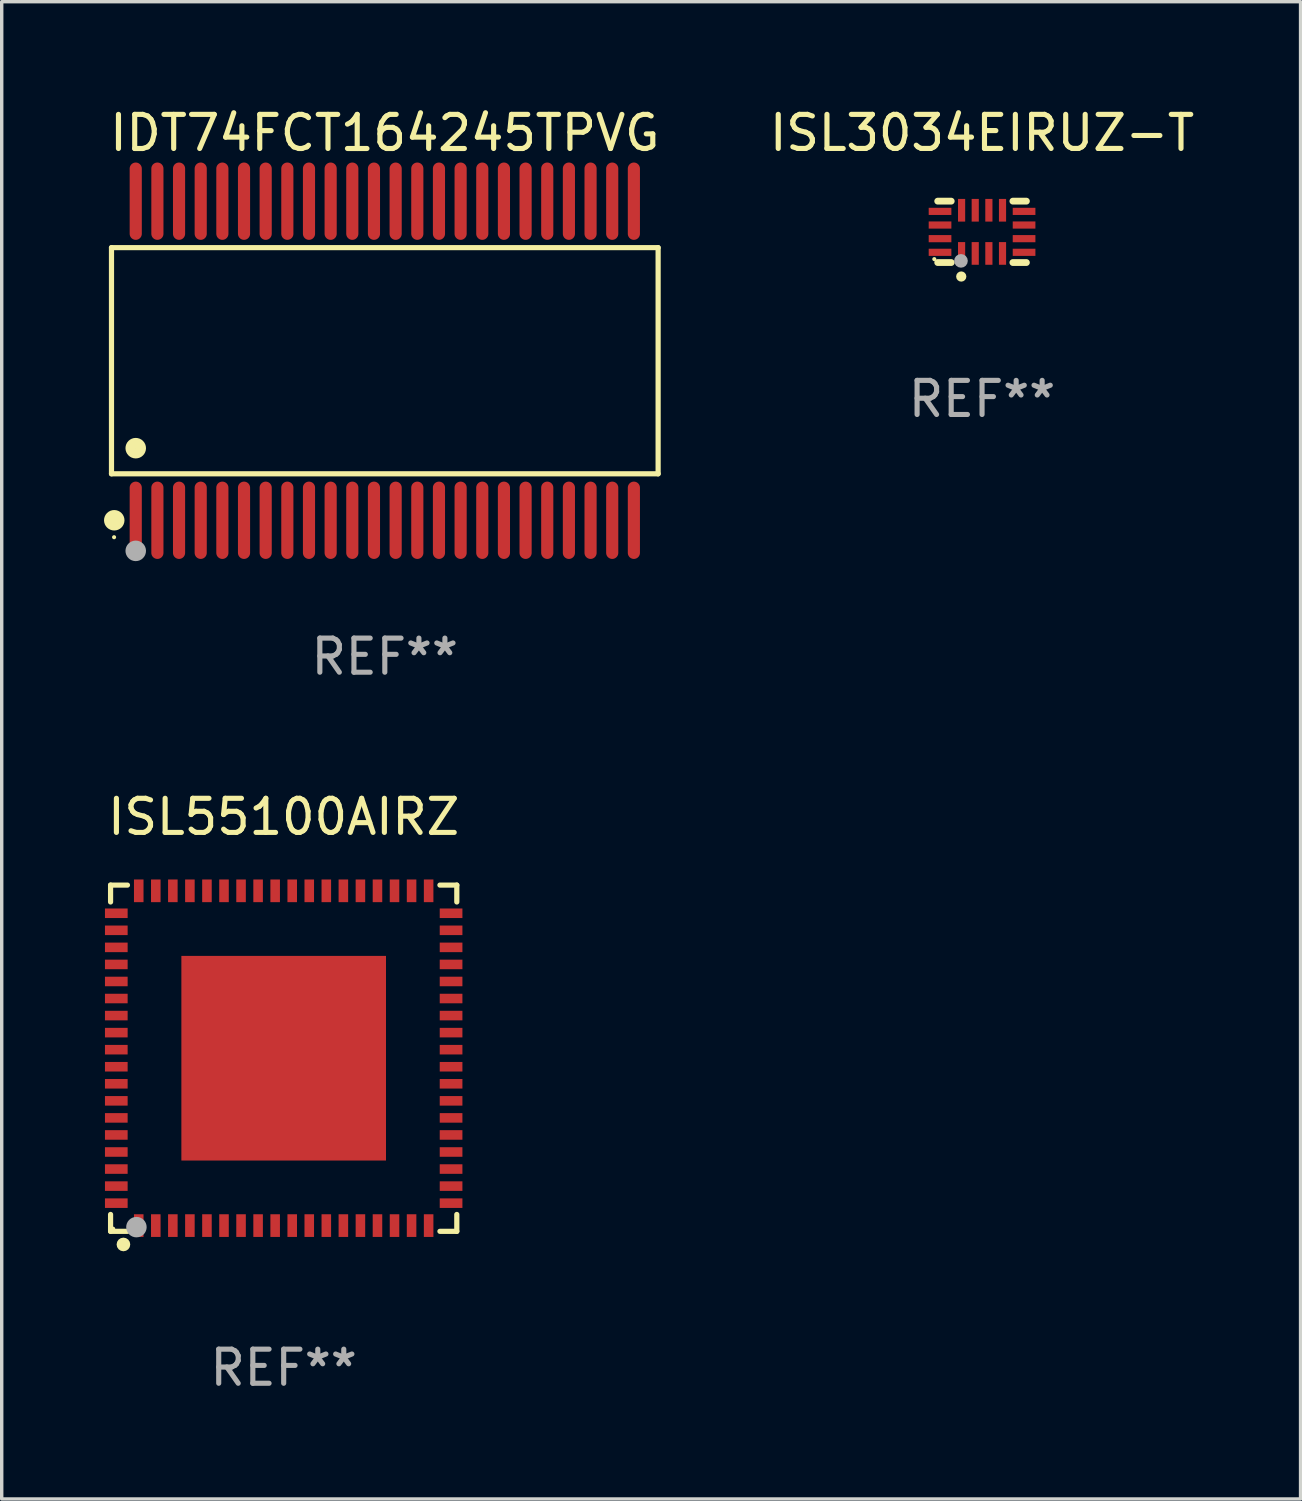
<source format=kicad_pcb>
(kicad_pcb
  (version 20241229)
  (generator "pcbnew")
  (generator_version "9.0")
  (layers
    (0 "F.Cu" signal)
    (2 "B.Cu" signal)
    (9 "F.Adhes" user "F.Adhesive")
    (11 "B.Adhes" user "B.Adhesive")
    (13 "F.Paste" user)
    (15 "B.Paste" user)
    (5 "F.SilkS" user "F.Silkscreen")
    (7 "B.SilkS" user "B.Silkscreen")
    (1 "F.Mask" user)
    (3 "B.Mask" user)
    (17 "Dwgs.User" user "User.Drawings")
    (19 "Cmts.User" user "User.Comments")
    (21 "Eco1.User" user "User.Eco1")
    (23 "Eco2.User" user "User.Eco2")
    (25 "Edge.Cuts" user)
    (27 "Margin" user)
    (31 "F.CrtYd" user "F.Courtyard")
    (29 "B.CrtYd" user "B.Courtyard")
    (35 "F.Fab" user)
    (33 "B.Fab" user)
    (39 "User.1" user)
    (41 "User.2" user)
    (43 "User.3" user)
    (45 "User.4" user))
  (footprint "ISL55100AIRZ"
    (layer "F.Cu")
    (at 5.268 27.978)
    (property "Reference" "ISL55100AIRZ" (at 0 -7.076 0) (layer "F.SilkS") (effects (font (size 1 1) (thickness 0.15))))
    (attr through_hole)
    (fp_line (start -5.076 -5.076) (end -4.581 -5.076) (stroke (width 0.152) (type solid)) (layer "F.SilkS"))
    (fp_line (start -5.076 -4.581) (end -5.076 -5.076) (stroke (width 0.152) (type solid)) (layer "F.SilkS"))
    (fp_line (start -5.076 4.581) (end -5.076 5.076) (stroke (width 0.152) (type solid)) (layer "F.SilkS"))
    (fp_line (start -5.076 5.076) (end -4.581 5.076) (stroke (width 0.152) (type solid)) (layer "F.SilkS"))
    (fp_line (start 5.076 -5.076) (end 4.581 -5.076) (stroke (width 0.152) (type solid)) (layer "F.SilkS"))
    (fp_line (start 5.076 -4.581) (end 5.076 -5.076) (stroke (width 0.152) (type solid)) (layer "F.SilkS"))
    (fp_line (start 5.076 4.581) (end 5.076 5.076) (stroke (width 0.152) (type solid)) (layer "F.SilkS"))
    (fp_line (start 5.076 5.076) (end 4.581 5.076) (stroke (width 0.152) (type solid)) (layer "F.SilkS"))
    (fp_circle (center -5 5) (end -4.97 5) (stroke (width 0.06) (type solid)) (fill no) (layer "F.SilkS"))
    (fp_circle (center -4.699 5.461) (end -4.599 5.461) (stroke (width 0.2) (type solid)) (fill no) (layer "F.SilkS"))
    (fp_circle (center -4.318 4.953) (end -4.168 4.953) (stroke (width 0.3) (type solid)) (fill no) (layer "F.Fab"))
    (fp_text user "REF**" (at 0 9.076 0) (layer "F.Fab") (effects (font (size 1 1) (thickness 0.15))))
    (pad "1" smd rect (at -4.25 4.908) (size 0.28 0.665) (layers "F.Cu" "F.Mask" "F.Paste"))
    (pad "2" smd rect (at -3.75 4.908) (size 0.28 0.665) (layers "F.Cu" "F.Mask" "F.Paste"))
    (pad "3" smd rect (at -3.25 4.908) (size 0.28 0.665) (layers "F.Cu" "F.Mask" "F.Paste"))
    (pad "4" smd rect (at -2.75 4.908) (size 0.28 0.665) (layers "F.Cu" "F.Mask" "F.Paste"))
    (pad "5" smd rect (at -2.25 4.908) (size 0.28 0.665) (layers "F.Cu" "F.Mask" "F.Paste"))
    (pad "6" smd rect (at -1.75 4.908) (size 0.28 0.665) (layers "F.Cu" "F.Mask" "F.Paste"))
    (pad "7" smd rect (at -1.25 4.908) (size 0.28 0.665) (layers "F.Cu" "F.Mask" "F.Paste"))
    (pad "8" smd rect (at -0.75 4.908) (size 0.28 0.665) (layers "F.Cu" "F.Mask" "F.Paste"))
    (pad "9" smd rect (at -0.25 4.908) (size 0.28 0.665) (layers "F.Cu" "F.Mask" "F.Paste"))
    (pad "10" smd rect (at 0.25 4.908) (size 0.28 0.665) (layers "F.Cu" "F.Mask" "F.Paste"))
    (pad "11" smd rect (at 0.75 4.908) (size 0.28 0.665) (layers "F.Cu" "F.Mask" "F.Paste"))
    (pad "12" smd rect (at 1.25 4.908) (size 0.28 0.665) (layers "F.Cu" "F.Mask" "F.Paste"))
    (pad "13" smd rect (at 1.75 4.908) (size 0.28 0.665) (layers "F.Cu" "F.Mask" "F.Paste"))
    (pad "14" smd rect (at 2.25 4.908) (size 0.28 0.665) (layers "F.Cu" "F.Mask" "F.Paste"))
    (pad "15" smd rect (at 2.75 4.908) (size 0.28 0.665) (layers "F.Cu" "F.Mask" "F.Paste"))
    (pad "16" smd rect (at 3.25 4.908) (size 0.28 0.665) (layers "F.Cu" "F.Mask" "F.Paste"))
    (pad "17" smd rect (at 3.75 4.908) (size 0.28 0.665) (layers "F.Cu" "F.Mask" "F.Paste"))
    (pad "18" smd rect (at 4.25 4.908) (size 0.28 0.665) (layers "F.Cu" "F.Mask" "F.Paste"))
    (pad "19" smd rect (at 4.908 4.25) (size 0.665 0.28) (layers "F.Cu" "F.Mask" "F.Paste"))
    (pad "20" smd rect (at 4.908 3.75) (size 0.665 0.28) (layers "F.Cu" "F.Mask" "F.Paste"))
    (pad "21" smd rect (at 4.908 3.25) (size 0.665 0.28) (layers "F.Cu" "F.Mask" "F.Paste"))
    (pad "22" smd rect (at 4.908 2.75) (size 0.665 0.28) (layers "F.Cu" "F.Mask" "F.Paste"))
    (pad "23" smd rect (at 4.908 2.25) (size 0.665 0.28) (layers "F.Cu" "F.Mask" "F.Paste"))
    (pad "24" smd rect (at 4.908 1.75) (size 0.665 0.28) (layers "F.Cu" "F.Mask" "F.Paste"))
    (pad "25" smd rect (at 4.908 1.25) (size 0.665 0.28) (layers "F.Cu" "F.Mask" "F.Paste"))
    (pad "26" smd rect (at 4.908 0.75) (size 0.665 0.28) (layers "F.Cu" "F.Mask" "F.Paste"))
    (pad "27" smd rect (at 4.908 0.25) (size 0.665 0.28) (layers "F.Cu" "F.Mask" "F.Paste"))
    (pad "28" smd rect (at 4.908 -0.25) (size 0.665 0.28) (layers "F.Cu" "F.Mask" "F.Paste"))
    (pad "29" smd rect (at 4.908 -0.75) (size 0.665 0.28) (layers "F.Cu" "F.Mask" "F.Paste"))
    (pad "30" smd rect (at 4.908 -1.25) (size 0.665 0.28) (layers "F.Cu" "F.Mask" "F.Paste"))
    (pad "31" smd rect (at 4.908 -1.75) (size 0.665 0.28) (layers "F.Cu" "F.Mask" "F.Paste"))
    (pad "32" smd rect (at 4.908 -2.25) (size 0.665 0.28) (layers "F.Cu" "F.Mask" "F.Paste"))
    (pad "33" smd rect (at 4.908 -2.75) (size 0.665 0.28) (layers "F.Cu" "F.Mask" "F.Paste"))
    (pad "34" smd rect (at 4.908 -3.25) (size 0.665 0.28) (layers "F.Cu" "F.Mask" "F.Paste"))
    (pad "35" smd rect (at 4.908 -3.75) (size 0.665 0.28) (layers "F.Cu" "F.Mask" "F.Paste"))
    (pad "36" smd rect (at 4.908 -4.25) (size 0.665 0.28) (layers "F.Cu" "F.Mask" "F.Paste"))
    (pad "37" smd rect (at 4.25 -4.908) (size 0.28 0.665) (layers "F.Cu" "F.Mask" "F.Paste"))
    (pad "38" smd rect (at 3.75 -4.908) (size 0.28 0.665) (layers "F.Cu" "F.Mask" "F.Paste"))
    (pad "39" smd rect (at 3.25 -4.908) (size 0.28 0.665) (layers "F.Cu" "F.Mask" "F.Paste"))
    (pad "40" smd rect (at 2.75 -4.908) (size 0.28 0.665) (layers "F.Cu" "F.Mask" "F.Paste"))
    (pad "41" smd rect (at 2.25 -4.908) (size 0.28 0.665) (layers "F.Cu" "F.Mask" "F.Paste"))
    (pad "42" smd rect (at 1.75 -4.908) (size 0.28 0.665) (layers "F.Cu" "F.Mask" "F.Paste"))
    (pad "43" smd rect (at 1.25 -4.908) (size 0.28 0.665) (layers "F.Cu" "F.Mask" "F.Paste"))
    (pad "44" smd rect (at 0.75 -4.908) (size 0.28 0.665) (layers "F.Cu" "F.Mask" "F.Paste"))
    (pad "45" smd rect (at 0.25 -4.908) (size 0.28 0.665) (layers "F.Cu" "F.Mask" "F.Paste"))
    (pad "46" smd rect (at -0.25 -4.908) (size 0.28 0.665) (layers "F.Cu" "F.Mask" "F.Paste"))
    (pad "47" smd rect (at -0.75 -4.908) (size 0.28 0.665) (layers "F.Cu" "F.Mask" "F.Paste"))
    (pad "48" smd rect (at -1.25 -4.908) (size 0.28 0.665) (layers "F.Cu" "F.Mask" "F.Paste"))
    (pad "49" smd rect (at -1.75 -4.908) (size 0.28 0.665) (layers "F.Cu" "F.Mask" "F.Paste"))
    (pad "50" smd rect (at -2.25 -4.908) (size 0.28 0.665) (layers "F.Cu" "F.Mask" "F.Paste"))
    (pad "51" smd rect (at -2.75 -4.908) (size 0.28 0.665) (layers "F.Cu" "F.Mask" "F.Paste"))
    (pad "52" smd rect (at -3.25 -4.908) (size 0.28 0.665) (layers "F.Cu" "F.Mask" "F.Paste"))
    (pad "53" smd rect (at -3.75 -4.908) (size 0.28 0.665) (layers "F.Cu" "F.Mask" "F.Paste"))
    (pad "54" smd rect (at -4.25 -4.908) (size 0.28 0.665) (layers "F.Cu" "F.Mask" "F.Paste"))
    (pad "55" smd rect (at -4.908 -4.25) (size 0.665 0.28) (layers "F.Cu" "F.Mask" "F.Paste"))
    (pad "56" smd rect (at -4.908 -3.75) (size 0.665 0.28) (layers "F.Cu" "F.Mask" "F.Paste"))
    (pad "57" smd rect (at -4.908 -3.25) (size 0.665 0.28) (layers "F.Cu" "F.Mask" "F.Paste"))
    (pad "58" smd rect (at -4.908 -2.75) (size 0.665 0.28) (layers "F.Cu" "F.Mask" "F.Paste"))
    (pad "59" smd rect (at -4.908 -2.25) (size 0.665 0.28) (layers "F.Cu" "F.Mask" "F.Paste"))
    (pad "60" smd rect (at -4.908 -1.75) (size 0.665 0.28) (layers "F.Cu" "F.Mask" "F.Paste"))
    (pad "61" smd rect (at -4.908 -1.25) (size 0.665 0.28) (layers "F.Cu" "F.Mask" "F.Paste"))
    (pad "62" smd rect (at -4.908 -0.75) (size 0.665 0.28) (layers "F.Cu" "F.Mask" "F.Paste"))
    (pad "63" smd rect (at -4.908 -0.25) (size 0.665 0.28) (layers "F.Cu" "F.Mask" "F.Paste"))
    (pad "64" smd rect (at -4.908 0.25) (size 0.665 0.28) (layers "F.Cu" "F.Mask" "F.Paste"))
    (pad "65" smd rect (at -4.908 0.75) (size 0.665 0.28) (layers "F.Cu" "F.Mask" "F.Paste"))
    (pad "66" smd rect (at -4.908 1.25) (size 0.665 0.28) (layers "F.Cu" "F.Mask" "F.Paste"))
    (pad "67" smd rect (at -4.908 1.75) (size 0.665 0.28) (layers "F.Cu" "F.Mask" "F.Paste"))
    (pad "68" smd rect (at -4.908 2.25) (size 0.665 0.28) (layers "F.Cu" "F.Mask" "F.Paste"))
    (pad "69" smd rect (at -4.908 2.75) (size 0.665 0.28) (layers "F.Cu" "F.Mask" "F.Paste"))
    (pad "70" smd rect (at -4.908 3.25) (size 0.665 0.28) (layers "F.Cu" "F.Mask" "F.Paste"))
    (pad "71" smd rect (at -4.908 3.75) (size 0.665 0.28) (layers "F.Cu" "F.Mask" "F.Paste"))
    (pad "72" smd rect (at -4.908 4.25) (size 0.665 0.28) (layers "F.Cu" "F.Mask" "F.Paste"))
    (pad "73" smd rect (at 0 0) (size 6 6) (layers "F.Cu" "F.Mask" "F.Paste")))
  (footprint "IDT74FCT164245TPVG"
    (layer "F.Cu")
    (at 8.233 7.527)
    (property "Reference" "IDT74FCT164245TPVG" (at 0 -6.678 0) (layer "F.SilkS") (effects (font (size 1 1) (thickness 0.15))))
    (attr through_hole)
    (fp_line (start -8.014 -3.316) (end 8.014 -3.316) (stroke (width 0.152) (type solid)) (layer "F.SilkS"))
    (fp_line (start -8.014 3.316) (end -8.014 -3.316) (stroke (width 0.152) (type solid)) (layer "F.SilkS"))
    (fp_line (start 8.014 -3.316) (end 8.014 3.316) (stroke (width 0.152) (type solid)) (layer "F.SilkS"))
    (fp_line (start 8.014 3.316) (end -8.014 3.316) (stroke (width 0.152) (type solid)) (layer "F.SilkS"))
    (fp_circle (center -7.938 5.175) (end -7.908 5.175) (stroke (width 0.06) (type solid)) (fill no) (layer "F.SilkS"))
    (fp_circle (center -7.933 4.678) (end -7.783 4.678) (stroke (width 0.3) (type solid)) (fill no) (layer "F.SilkS"))
    (fp_circle (center -7.303 2.564) (end -7.152 2.564) (stroke (width 0.3) (type solid)) (fill no) (layer "F.SilkS"))
    (fp_circle (center -7.303 5.575) (end -7.152 5.575) (stroke (width 0.3) (type solid)) (fill no) (layer "F.Fab"))
    (fp_text user "REF**" (at 0 8.678 0) (layer "F.Fab") (effects (font (size 1 1) (thickness 0.15))))
    (pad "1" smd oval (at -7.303 4.678) (size 0.356 2.267) (layers "F.Cu" "F.Mask" "F.Paste"))
    (pad "2" smd oval (at -6.668 4.678) (size 0.356 2.267) (layers "F.Cu" "F.Mask" "F.Paste"))
    (pad "3" smd oval (at -6.033 4.678) (size 0.356 2.267) (layers "F.Cu" "F.Mask" "F.Paste"))
    (pad "4" smd oval (at -5.398 4.678) (size 0.356 2.267) (layers "F.Cu" "F.Mask" "F.Paste"))
    (pad "5" smd oval (at -4.763 4.678) (size 0.356 2.267) (layers "F.Cu" "F.Mask" "F.Paste"))
    (pad "6" smd oval (at -4.128 4.678) (size 0.356 2.267) (layers "F.Cu" "F.Mask" "F.Paste"))
    (pad "7" smd oval (at -3.493 4.678) (size 0.356 2.267) (layers "F.Cu" "F.Mask" "F.Paste"))
    (pad "8" smd oval (at -2.858 4.678) (size 0.356 2.267) (layers "F.Cu" "F.Mask" "F.Paste"))
    (pad "9" smd oval (at -2.223 4.678) (size 0.356 2.267) (layers "F.Cu" "F.Mask" "F.Paste"))
    (pad "10" smd oval (at -1.588 4.678) (size 0.356 2.267) (layers "F.Cu" "F.Mask" "F.Paste"))
    (pad "11" smd oval (at -0.953 4.678) (size 0.356 2.267) (layers "F.Cu" "F.Mask" "F.Paste"))
    (pad "12" smd oval (at -0.318 4.678) (size 0.356 2.267) (layers "F.Cu" "F.Mask" "F.Paste"))
    (pad "13" smd oval (at 0.318 4.678) (size 0.356 2.267) (layers "F.Cu" "F.Mask" "F.Paste"))
    (pad "14" smd oval (at 0.953 4.678) (size 0.356 2.267) (layers "F.Cu" "F.Mask" "F.Paste"))
    (pad "15" smd oval (at 1.588 4.678) (size 0.356 2.267) (layers "F.Cu" "F.Mask" "F.Paste"))
    (pad "16" smd oval (at 2.223 4.678) (size 0.356 2.267) (layers "F.Cu" "F.Mask" "F.Paste"))
    (pad "17" smd oval (at 2.858 4.678) (size 0.356 2.267) (layers "F.Cu" "F.Mask" "F.Paste"))
    (pad "18" smd oval (at 3.493 4.678) (size 0.356 2.267) (layers "F.Cu" "F.Mask" "F.Paste"))
    (pad "19" smd oval (at 4.128 4.678) (size 0.356 2.267) (layers "F.Cu" "F.Mask" "F.Paste"))
    (pad "20" smd oval (at 4.763 4.678) (size 0.356 2.267) (layers "F.Cu" "F.Mask" "F.Paste"))
    (pad "21" smd oval (at 5.398 4.678) (size 0.356 2.267) (layers "F.Cu" "F.Mask" "F.Paste"))
    (pad "22" smd oval (at 6.033 4.678) (size 0.356 2.267) (layers "F.Cu" "F.Mask" "F.Paste"))
    (pad "23" smd oval (at 6.668 4.678) (size 0.356 2.267) (layers "F.Cu" "F.Mask" "F.Paste"))
    (pad "24" smd oval (at 7.303 4.678) (size 0.356 2.267) (layers "F.Cu" "F.Mask" "F.Paste"))
    (pad "25" smd oval (at 7.303 -4.678) (size 0.356 2.267) (layers "F.Cu" "F.Mask" "F.Paste"))
    (pad "26" smd oval (at 6.668 -4.678) (size 0.356 2.267) (layers "F.Cu" "F.Mask" "F.Paste"))
    (pad "27" smd oval (at 6.033 -4.678) (size 0.356 2.267) (layers "F.Cu" "F.Mask" "F.Paste"))
    (pad "28" smd oval (at 5.398 -4.678) (size 0.356 2.267) (layers "F.Cu" "F.Mask" "F.Paste"))
    (pad "29" smd oval (at 4.763 -4.678) (size 0.356 2.267) (layers "F.Cu" "F.Mask" "F.Paste"))
    (pad "30" smd oval (at 4.128 -4.678) (size 0.356 2.267) (layers "F.Cu" "F.Mask" "F.Paste"))
    (pad "31" smd oval (at 3.493 -4.678) (size 0.356 2.267) (layers "F.Cu" "F.Mask" "F.Paste"))
    (pad "32" smd oval (at 2.858 -4.678) (size 0.356 2.267) (layers "F.Cu" "F.Mask" "F.Paste"))
    (pad "33" smd oval (at 2.223 -4.678) (size 0.356 2.267) (layers "F.Cu" "F.Mask" "F.Paste"))
    (pad "34" smd oval (at 1.588 -4.678) (size 0.356 2.267) (layers "F.Cu" "F.Mask" "F.Paste"))
    (pad "35" smd oval (at 0.953 -4.678) (size 0.356 2.267) (layers "F.Cu" "F.Mask" "F.Paste"))
    (pad "36" smd oval (at 0.318 -4.678) (size 0.356 2.267) (layers "F.Cu" "F.Mask" "F.Paste"))
    (pad "37" smd oval (at -0.318 -4.678) (size 0.356 2.267) (layers "F.Cu" "F.Mask" "F.Paste"))
    (pad "38" smd oval (at -0.953 -4.678) (size 0.356 2.267) (layers "F.Cu" "F.Mask" "F.Paste"))
    (pad "39" smd oval (at -1.588 -4.678) (size 0.356 2.267) (layers "F.Cu" "F.Mask" "F.Paste"))
    (pad "40" smd oval (at -2.223 -4.678) (size 0.356 2.267) (layers "F.Cu" "F.Mask" "F.Paste"))
    (pad "41" smd oval (at -2.858 -4.678) (size 0.356 2.267) (layers "F.Cu" "F.Mask" "F.Paste"))
    (pad "42" smd oval (at -3.493 -4.678) (size 0.356 2.267) (layers "F.Cu" "F.Mask" "F.Paste"))
    (pad "43" smd oval (at -4.128 -4.678) (size 0.356 2.267) (layers "F.Cu" "F.Mask" "F.Paste"))
    (pad "44" smd oval (at -4.763 -4.678) (size 0.356 2.267) (layers "F.Cu" "F.Mask" "F.Paste"))
    (pad "45" smd oval (at -5.398 -4.678) (size 0.356 2.267) (layers "F.Cu" "F.Mask" "F.Paste"))
    (pad "46" smd oval (at -6.033 -4.678) (size 0.356 2.267) (layers "F.Cu" "F.Mask" "F.Paste"))
    (pad "47" smd oval (at -6.668 -4.678) (size 0.356 2.267) (layers "F.Cu" "F.Mask" "F.Paste"))
    (pad "48" smd oval (at -7.303 -4.678) (size 0.356 2.267) (layers "F.Cu" "F.Mask" "F.Paste")))
  (footprint "ISL3034EIRUZ-T"
    (layer "F.Cu")
    (at 25.745 3.748)
    (property "Reference" "ISL3034EIRUZ-T" (at 0 -2.9 0) (layer "F.SilkS") (effects (font (size 1 1) (thickness 0.15))))
    (attr through_hole)
    (fp_line (start -0.904 -0.9) (end -1.3 -0.9) (stroke (width 0.2) (type solid)) (layer "F.SilkS"))
    (fp_line (start -0.904 0.9) (end -1.3 0.9) (stroke (width 0.2) (type solid)) (layer "F.SilkS"))
    (fp_line (start 1.3 -0.9) (end 0.904 -0.9) (stroke (width 0.2) (type solid)) (layer "F.SilkS"))
    (fp_line (start 1.3 0.9) (end 0.904 0.9) (stroke (width 0.2) (type solid)) (layer "F.SilkS"))
    (fp_circle (center -1.4 0.8) (end -1.37 0.8) (stroke (width 0.06) (type solid)) (fill no) (layer "F.SilkS"))
    (fp_circle (center -0.61 1.31) (end -0.535 1.31) (stroke (width 0.15) (type solid)) (fill no) (layer "F.SilkS"))
    (fp_circle (center -0.618 0.851) (end -0.518 0.851) (stroke (width 0.2) (type solid)) (fill no) (layer "F.Fab"))
    (fp_text user "REF**" (at 0 4.9 0) (layer "F.Fab") (effects (font (size 1 1) (thickness 0.15))))
    (pad "1" smd rect (at -0.6 0.633) (size 0.21 0.665) (layers "F.Cu" "F.Mask" "F.Paste"))
    (pad "2" smd rect (at -0.2 0.633) (size 0.21 0.665) (layers "F.Cu" "F.Mask" "F.Paste"))
    (pad "3" smd rect (at 0.2 0.633) (size 0.21 0.665) (layers "F.Cu" "F.Mask" "F.Paste"))
    (pad "4" smd rect (at 0.6 0.633) (size 0.21 0.665) (layers "F.Cu" "F.Mask" "F.Paste"))
    (pad "5" smd rect (at 1.232 0.6) (size 0.665 0.21) (layers "F.Cu" "F.Mask" "F.Paste"))
    (pad "6" smd rect (at 1.232 0.2) (size 0.665 0.21) (layers "F.Cu" "F.Mask" "F.Paste"))
    (pad "7" smd rect (at 1.232 -0.2) (size 0.665 0.21) (layers "F.Cu" "F.Mask" "F.Paste"))
    (pad "8" smd rect (at 1.232 -0.6) (size 0.665 0.21) (layers "F.Cu" "F.Mask" "F.Paste"))
    (pad "9" smd rect (at 0.6 -0.633) (size 0.21 0.665) (layers "F.Cu" "F.Mask" "F.Paste"))
    (pad "10" smd rect (at 0.2 -0.633) (size 0.21 0.665) (layers "F.Cu" "F.Mask" "F.Paste"))
    (pad "11" smd rect (at -0.2 -0.633) (size 0.21 0.665) (layers "F.Cu" "F.Mask" "F.Paste"))
    (pad "12" smd rect (at -0.6 -0.633) (size 0.21 0.665) (layers "F.Cu" "F.Mask" "F.Paste"))
    (pad "13" smd rect (at -1.232 -0.6) (size 0.665 0.21) (layers "F.Cu" "F.Mask" "F.Paste"))
    (pad "14" smd rect (at -1.232 -0.2) (size 0.665 0.21) (layers "F.Cu" "F.Mask" "F.Paste"))
    (pad "15" smd rect (at -1.232 0.2) (size 0.665 0.21) (layers "F.Cu" "F.Mask" "F.Paste"))
    (pad "16" smd rect (at -1.232 0.6) (size 0.665 0.21) (layers "F.Cu" "F.Mask" "F.Paste")))
  (gr_rect
    (start -3 -3)
    (end 35.084 40.902)
    (stroke (width 0.1) (type default))
    (fill no)
    (layer "Edge.Cuts")))
</source>
